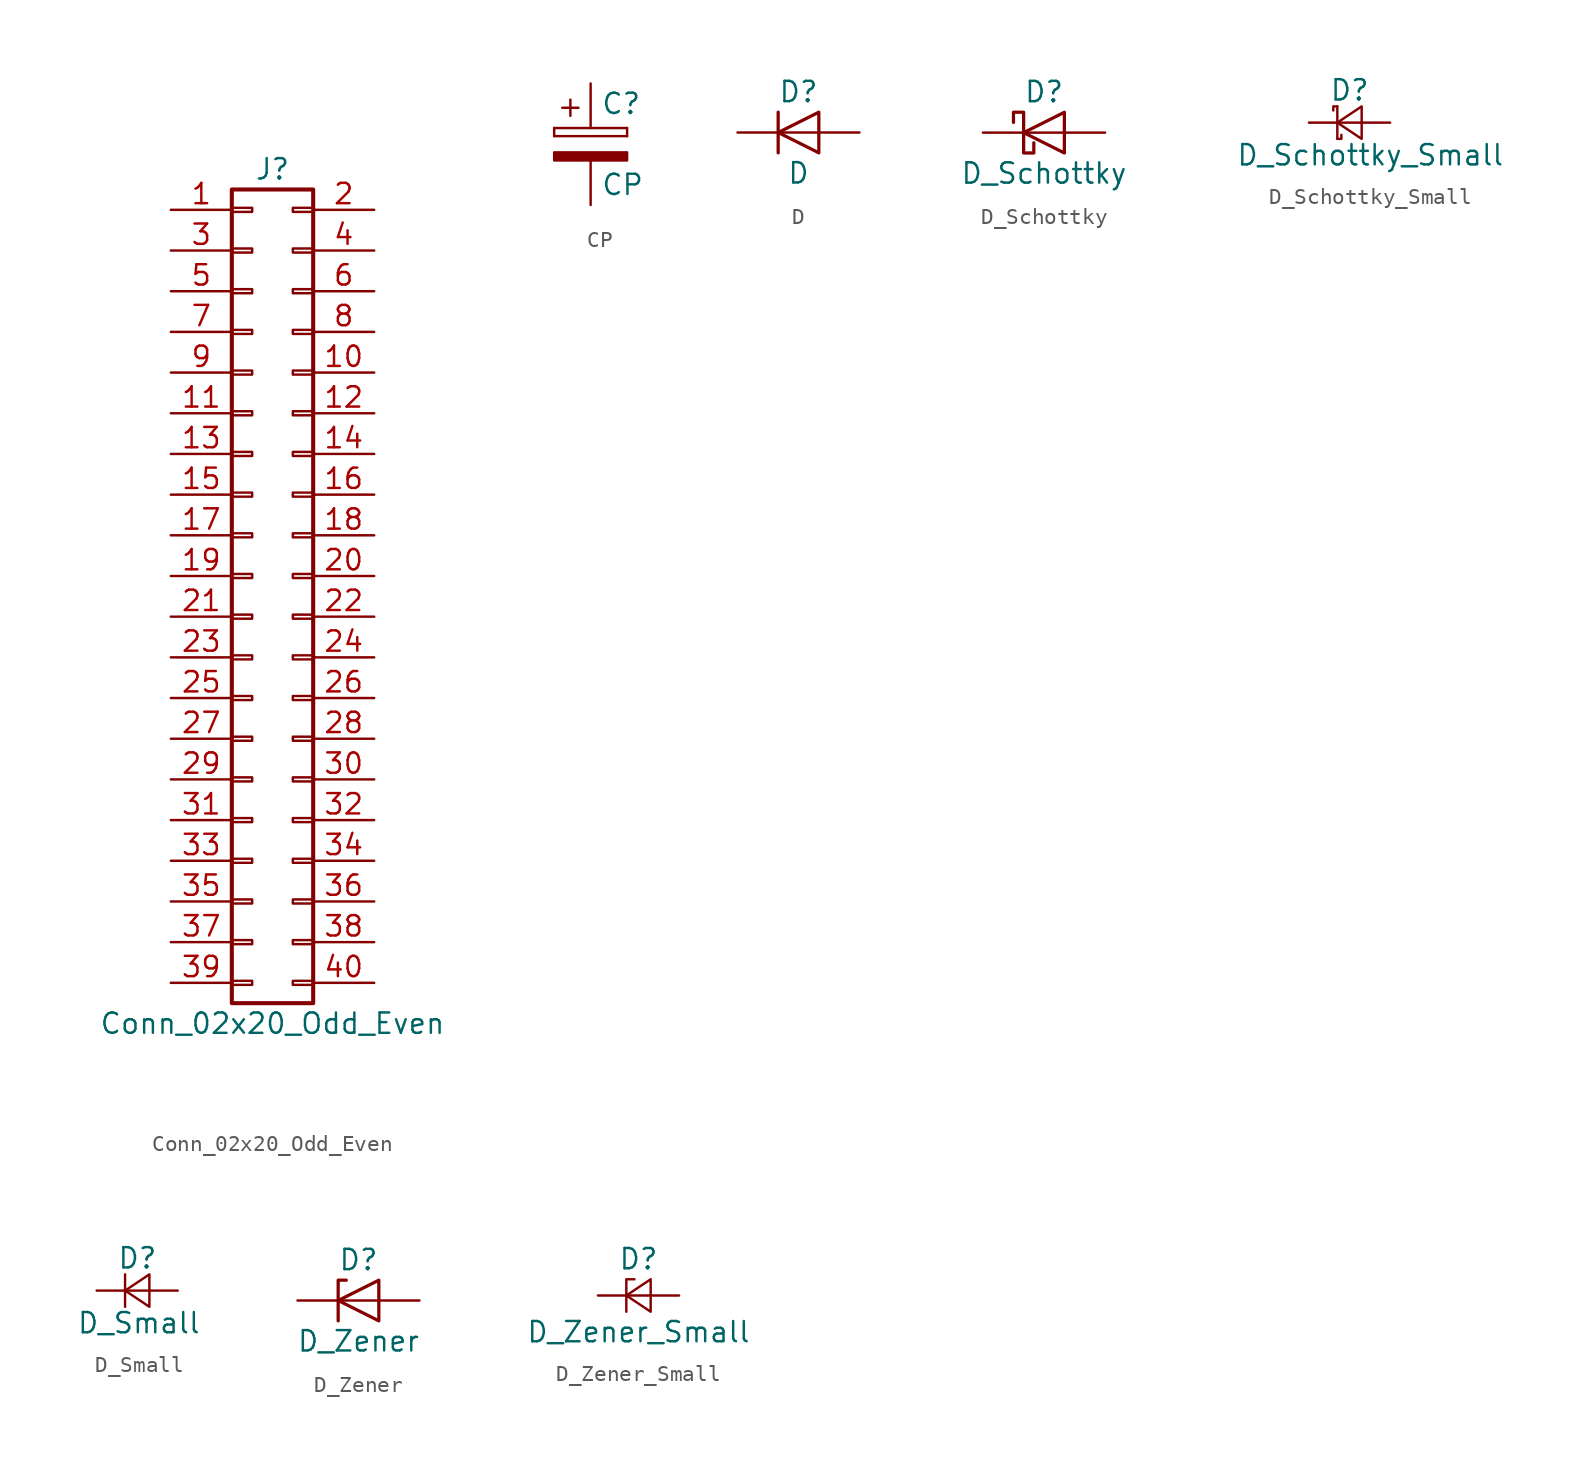
<source format=kicad_sym>
(kicad_symbol_lib
  (version 20241209)
  (generator "kicad_symbol_editor")
  (generator_version "9.0")
  (symbol "Conn_02x20_Odd_Even"
    (pin_names
      (offset 1.016)
      (hide yes))
    (property "Reference" "J"
      (at 1.27 25.4 0)
      (effects (font (size 1.27 1.27))))
    (property "Value" "Conn_02x20_Odd_Even"
      (at 1.27 -27.94 0)
      (effects (font (size 1.27 1.27))))
    (symbol "Conn_02x20_Odd_Even_1_1"
      (rectangle (start -1.27 24.13) (end 3.81 -26.67) (stroke (width 0.254) (type solid)) (fill (type none)))
      (rectangle (start -1.27 22.987) (end 0 22.733) (stroke (width 0.152) (type default)) (fill (type none)))
      (rectangle (start -1.27 20.447) (end 0 20.193) (stroke (width 0.152) (type default)) (fill (type none)))
      (rectangle (start -1.27 17.907) (end 0 17.653) (stroke (width 0.152) (type default)) (fill (type none)))
      (rectangle (start -1.27 15.367) (end 0 15.113) (stroke (width 0.152) (type default)) (fill (type none)))
      (rectangle (start -1.27 12.827) (end 0 12.573) (stroke (width 0.152) (type default)) (fill (type none)))
      (rectangle (start -1.27 10.287) (end 0 10.033) (stroke (width 0.152) (type default)) (fill (type none)))
      (rectangle (start -1.27 7.747) (end 0 7.493) (stroke (width 0.152) (type default)) (fill (type none)))
      (rectangle (start -1.27 5.207) (end 0 4.953) (stroke (width 0.152) (type default)) (fill (type none)))
      (rectangle (start -1.27 2.667) (end 0 2.413) (stroke (width 0.152) (type default)) (fill (type none)))
      (rectangle (start -1.27 0.127) (end 0 -0.127) (stroke (width 0.152) (type default)) (fill (type none)))
      (rectangle (start -1.27 -2.413) (end 0 -2.667) (stroke (width 0.152) (type default)) (fill (type none)))
      (rectangle (start -1.27 -4.953) (end 0 -5.207) (stroke (width 0.152) (type default)) (fill (type none)))
      (rectangle (start -1.27 -7.493) (end 0 -7.747) (stroke (width 0.152) (type default)) (fill (type none)))
      (rectangle (start -1.27 -10.033) (end 0 -10.287) (stroke (width 0.152) (type default)) (fill (type none)))
      (rectangle (start -1.27 -12.573) (end 0 -12.827) (stroke (width 0.152) (type default)) (fill (type none)))
      (rectangle (start -1.27 -15.113) (end 0 -15.367) (stroke (width 0.152) (type default)) (fill (type none)))
      (rectangle (start -1.27 -17.653) (end 0 -17.907) (stroke (width 0.152) (type default)) (fill (type none)))
      (rectangle (start -1.27 -20.193) (end 0 -20.447) (stroke (width 0.152) (type default)) (fill (type none)))
      (rectangle (start -1.27 -22.733) (end 0 -22.987) (stroke (width 0.152) (type default)) (fill (type none)))
      (rectangle (start -1.27 -25.273) (end 0 -25.527) (stroke (width 0.152) (type default)) (fill (type none)))
      (rectangle (start 3.81 22.987) (end 2.54 22.733) (stroke (width 0.152) (type default)) (fill (type none)))
      (rectangle (start 3.81 20.447) (end 2.54 20.193) (stroke (width 0.152) (type default)) (fill (type none)))
      (rectangle (start 3.81 17.907) (end 2.54 17.653) (stroke (width 0.152) (type default)) (fill (type none)))
      (rectangle (start 3.81 15.367) (end 2.54 15.113) (stroke (width 0.152) (type default)) (fill (type none)))
      (rectangle (start 3.81 12.827) (end 2.54 12.573) (stroke (width 0.152) (type default)) (fill (type none)))
      (rectangle (start 3.81 10.287) (end 2.54 10.033) (stroke (width 0.152) (type default)) (fill (type none)))
      (rectangle (start 3.81 7.747) (end 2.54 7.493) (stroke (width 0.152) (type default)) (fill (type none)))
      (rectangle (start 3.81 5.207) (end 2.54 4.953) (stroke (width 0.152) (type default)) (fill (type none)))
      (rectangle (start 3.81 2.667) (end 2.54 2.413) (stroke (width 0.152) (type default)) (fill (type none)))
      (rectangle (start 3.81 0.127) (end 2.54 -0.127) (stroke (width 0.152) (type default)) (fill (type none)))
      (rectangle (start 3.81 -2.413) (end 2.54 -2.667) (stroke (width 0.152) (type default)) (fill (type none)))
      (rectangle (start 3.81 -4.953) (end 2.54 -5.207) (stroke (width 0.152) (type default)) (fill (type none)))
      (rectangle (start 3.81 -7.493) (end 2.54 -7.747) (stroke (width 0.152) (type default)) (fill (type none)))
      (rectangle (start 3.81 -10.033) (end 2.54 -10.287) (stroke (width 0.152) (type default)) (fill (type none)))
      (rectangle (start 3.81 -12.573) (end 2.54 -12.827) (stroke (width 0.152) (type default)) (fill (type none)))
      (rectangle (start 3.81 -15.113) (end 2.54 -15.367) (stroke (width 0.152) (type default)) (fill (type none)))
      (rectangle (start 3.81 -17.653) (end 2.54 -17.907) (stroke (width 0.152) (type default)) (fill (type none)))
      (rectangle (start 3.81 -20.193) (end 2.54 -20.447) (stroke (width 0.152) (type default)) (fill (type none)))
      (rectangle (start 3.81 -22.733) (end 2.54 -22.987) (stroke (width 0.152) (type default)) (fill (type none)))
      (rectangle (start 3.81 -25.273) (end 2.54 -25.527) (stroke (width 0.152) (type default)) (fill (type none)))
      (pin passive line (at -5.08 22.86 0) (length 3.81) (name "Pin_1" (effects (font (size 1.27 1.27)))) (number "1" (effects (font (size 1.27 1.27)))))
      (pin passive line (at -5.08 20.32 0) (length 3.81) (name "Pin_3" (effects (font (size 1.27 1.27)))) (number "3" (effects (font (size 1.27 1.27)))))
      (pin passive line (at -5.08 17.78 0) (length 3.81) (name "Pin_5" (effects (font (size 1.27 1.27)))) (number "5" (effects (font (size 1.27 1.27)))))
      (pin passive line (at -5.08 15.24 0) (length 3.81) (name "Pin_7" (effects (font (size 1.27 1.27)))) (number "7" (effects (font (size 1.27 1.27)))))
      (pin passive line (at -5.08 12.7 0) (length 3.81) (name "Pin_9" (effects (font (size 1.27 1.27)))) (number "9" (effects (font (size 1.27 1.27)))))
      (pin passive line (at -5.08 10.16 0) (length 3.81) (name "Pin_11" (effects (font (size 1.27 1.27)))) (number "11" (effects (font (size 1.27 1.27)))))
      (pin passive line (at -5.08 7.62 0) (length 3.81) (name "Pin_13" (effects (font (size 1.27 1.27)))) (number "13" (effects (font (size 1.27 1.27)))))
      (pin passive line (at -5.08 5.08 0) (length 3.81) (name "Pin_15" (effects (font (size 1.27 1.27)))) (number "15" (effects (font (size 1.27 1.27)))))
      (pin passive line (at -5.08 2.54 0) (length 3.81) (name "Pin_17" (effects (font (size 1.27 1.27)))) (number "17" (effects (font (size 1.27 1.27)))))
      (pin passive line (at -5.08 0 0) (length 3.81) (name "Pin_19" (effects (font (size 1.27 1.27)))) (number "19" (effects (font (size 1.27 1.27)))))
      (pin passive line (at -5.08 -2.54 0) (length 3.81) (name "Pin_21" (effects (font (size 1.27 1.27)))) (number "21" (effects (font (size 1.27 1.27)))))
      (pin passive line (at -5.08 -5.08 0) (length 3.81) (name "Pin_23" (effects (font (size 1.27 1.27)))) (number "23" (effects (font (size 1.27 1.27)))))
      (pin passive line (at -5.08 -7.62 0) (length 3.81) (name "Pin_25" (effects (font (size 1.27 1.27)))) (number "25" (effects (font (size 1.27 1.27)))))
      (pin passive line (at -5.08 -10.16 0) (length 3.81) (name "Pin_27" (effects (font (size 1.27 1.27)))) (number "27" (effects (font (size 1.27 1.27)))))
      (pin passive line (at -5.08 -12.7 0) (length 3.81) (name "Pin_29" (effects (font (size 1.27 1.27)))) (number "29" (effects (font (size 1.27 1.27)))))
      (pin passive line (at -5.08 -15.24 0) (length 3.81) (name "Pin_31" (effects (font (size 1.27 1.27)))) (number "31" (effects (font (size 1.27 1.27)))))
      (pin passive line (at -5.08 -17.78 0) (length 3.81) (name "Pin_33" (effects (font (size 1.27 1.27)))) (number "33" (effects (font (size 1.27 1.27)))))
      (pin passive line (at -5.08 -20.32 0) (length 3.81) (name "Pin_35" (effects (font (size 1.27 1.27)))) (number "35" (effects (font (size 1.27 1.27)))))
      (pin passive line (at -5.08 -22.86 0) (length 3.81) (name "Pin_37" (effects (font (size 1.27 1.27)))) (number "37" (effects (font (size 1.27 1.27)))))
      (pin passive line (at -5.08 -25.4 0) (length 3.81) (name "Pin_39" (effects (font (size 1.27 1.27)))) (number "39" (effects (font (size 1.27 1.27)))))
      (pin passive line (at 7.62 22.86 180) (length 3.81) (name "Pin_2" (effects (font (size 1.27 1.27)))) (number "2" (effects (font (size 1.27 1.27)))))
      (pin passive line (at 7.62 20.32 180) (length 3.81) (name "Pin_4" (effects (font (size 1.27 1.27)))) (number "4" (effects (font (size 1.27 1.27)))))
      (pin passive line (at 7.62 17.78 180) (length 3.81) (name "Pin_6" (effects (font (size 1.27 1.27)))) (number "6" (effects (font (size 1.27 1.27)))))
      (pin passive line (at 7.62 15.24 180) (length 3.81) (name "Pin_8" (effects (font (size 1.27 1.27)))) (number "8" (effects (font (size 1.27 1.27)))))
      (pin passive line (at 7.62 12.7 180) (length 3.81) (name "Pin_10" (effects (font (size 1.27 1.27)))) (number "10" (effects (font (size 1.27 1.27)))))
      (pin passive line (at 7.62 10.16 180) (length 3.81) (name "Pin_12" (effects (font (size 1.27 1.27)))) (number "12" (effects (font (size 1.27 1.27)))))
      (pin passive line (at 7.62 7.62 180) (length 3.81) (name "Pin_14" (effects (font (size 1.27 1.27)))) (number "14" (effects (font (size 1.27 1.27)))))
      (pin passive line (at 7.62 5.08 180) (length 3.81) (name "Pin_16" (effects (font (size 1.27 1.27)))) (number "16" (effects (font (size 1.27 1.27)))))
      (pin passive line (at 7.62 2.54 180) (length 3.81) (name "Pin_18" (effects (font (size 1.27 1.27)))) (number "18" (effects (font (size 1.27 1.27)))))
      (pin passive line (at 7.62 0 180) (length 3.81) (name "Pin_20" (effects (font (size 1.27 1.27)))) (number "20" (effects (font (size 1.27 1.27)))))
      (pin passive line (at 7.62 -2.54 180) (length 3.81) (name "Pin_22" (effects (font (size 1.27 1.27)))) (number "22" (effects (font (size 1.27 1.27)))))
      (pin passive line (at 7.62 -5.08 180) (length 3.81) (name "Pin_24" (effects (font (size 1.27 1.27)))) (number "24" (effects (font (size 1.27 1.27)))))
      (pin passive line (at 7.62 -7.62 180) (length 3.81) (name "Pin_26" (effects (font (size 1.27 1.27)))) (number "26" (effects (font (size 1.27 1.27)))))
      (pin passive line (at 7.62 -10.16 180) (length 3.81) (name "Pin_28" (effects (font (size 1.27 1.27)))) (number "28" (effects (font (size 1.27 1.27)))))
      (pin passive line (at 7.62 -12.7 180) (length 3.81) (name "Pin_30" (effects (font (size 1.27 1.27)))) (number "30" (effects (font (size 1.27 1.27)))))
      (pin passive line (at 7.62 -15.24 180) (length 3.81) (name "Pin_32" (effects (font (size 1.27 1.27)))) (number "32" (effects (font (size 1.27 1.27)))))
      (pin passive line (at 7.62 -17.78 180) (length 3.81) (name "Pin_34" (effects (font (size 1.27 1.27)))) (number "34" (effects (font (size 1.27 1.27)))))
      (pin passive line (at 7.62 -20.32 180) (length 3.81) (name "Pin_36" (effects (font (size 1.27 1.27)))) (number "36" (effects (font (size 1.27 1.27)))))
      (pin passive line (at 7.62 -22.86 180) (length 3.81) (name "Pin_38" (effects (font (size 1.27 1.27)))) (number "38" (effects (font (size 1.27 1.27)))))
      (pin passive line (at 7.62 -25.4 180) (length 3.81) (name "Pin_40" (effects (font (size 1.27 1.27)))) (number "40" (effects (font (size 1.27 1.27)))))))
  (symbol "CP"
    (pin_numbers
      (hide yes))
    (pin_names
      (offset 0.254))
    (property "Reference" "C"
      (at 0.635 2.54 0)
      (effects (font (size 1.27 1.27)) (justify left)))
    (property "Value" "CP"
      (at 0.635 -2.54 0)
      (effects (font (size 1.27 1.27)) (justify left)))
    (symbol "CP_0_1"
      (rectangle (start -2.286 0.508) (end -2.286 1.016) (stroke (width 0) (type solid)) (fill (type none)))
      (rectangle (start -2.286 0.508) (end 2.286 0.508) (stroke (width 0) (type solid)) (fill (type none)))
      (polyline (pts (xy -1.778 2.286) (xy -0.762 2.286)) (stroke (width 0) (type solid)) (fill (type none)))
      (polyline (pts (xy -1.27 2.794) (xy -1.27 1.778)) (stroke (width 0) (type solid)) (fill (type none)))
      (rectangle (start 2.286 1.016) (end -2.286 1.016) (stroke (width 0) (type solid)) (fill (type none)))
      (rectangle (start 2.286 1.016) (end 2.286 0.508) (stroke (width 0) (type solid)) (fill (type none)))
      (rectangle (start 2.286 -0.508) (end -2.286 -1.016) (stroke (width 0) (type solid)) (fill (type outline))))
    (symbol "CP_1_1"
      (pin passive line (at 0 3.81 270) (length 2.794) (name "~" (effects (font (size 1.27 1.27)))) (number "1" (effects (font (size 1.27 1.27)))))
      (pin passive line (at 0 -3.81 90) (length 2.794) (name "~" (effects (font (size 1.27 1.27)))) (number "2" (effects (font (size 1.27 1.27)))))))
  (symbol "D"
    (pin_numbers
      (hide yes))
    (pin_names
      (offset 1.016)
      (hide yes))
    (property "Reference" "D"
      (at 0 2.54 0)
      (effects (font (size 1.27 1.27))))
    (property "Value" "D"
      (at 0 -2.54 0)
      (effects (font (size 1.27 1.27))))
    (symbol "D_0_1"
      (polyline (pts (xy -1.27 1.27) (xy -1.27 -1.27)) (stroke (width 0.203) (type solid)) (fill (type none)))
      (polyline (pts (xy 1.27 1.27) (xy 1.27 -1.27) (xy -1.27 0) (xy 1.27 1.27)) (stroke (width 0.203) (type solid)) (fill (type none)))
      (polyline (pts (xy 1.27 0) (xy -1.27 0)) (stroke (width 0) (type solid)) (fill (type none))))
    (symbol "D_1_1"
      (pin passive line (at -3.81 0 0) (length 2.54) (name "K" (effects (font (size 1.27 1.27)))) (number "1" (effects (font (size 1.27 1.27)))))
      (pin passive line (at 3.81 0 180) (length 2.54) (name "A" (effects (font (size 1.27 1.27)))) (number "2" (effects (font (size 1.27 1.27)))))))
  (symbol "D_Schottky"
    (pin_numbers
      (hide yes))
    (pin_names
      (offset 1.016)
      (hide yes))
    (property "Reference" "D"
      (at 0 2.54 0)
      (effects (font (size 1.27 1.27))))
    (property "Value" "D_Schottky"
      (at 0 -2.54 0)
      (effects (font (size 1.27 1.27))))
    (symbol "D_Schottky_0_1"
      (polyline (pts (xy -1.905 0.635) (xy -1.905 1.27) (xy -1.27 1.27) (xy -1.27 -1.27) (xy -0.635 -1.27) (xy -0.635 -0.635)) (stroke (width 0.203) (type solid)) (fill (type none)))
      (polyline (pts (xy 1.27 1.27) (xy 1.27 -1.27) (xy -1.27 0) (xy 1.27 1.27)) (stroke (width 0.203) (type solid)) (fill (type none)))
      (polyline (pts (xy 1.27 0) (xy -1.27 0)) (stroke (width 0) (type solid)) (fill (type none))))
    (symbol "D_Schottky_1_1"
      (pin passive line (at -3.81 0 0) (length 2.54) (name "K" (effects (font (size 1.27 1.27)))) (number "1" (effects (font (size 1.27 1.27)))))
      (pin passive line (at 3.81 0 180) (length 2.54) (name "A" (effects (font (size 1.27 1.27)))) (number "2" (effects (font (size 1.27 1.27)))))))
  (symbol "D_Schottky_Small"
    (pin_numbers
      (hide yes))
    (pin_names
      (offset 0.254)
      (hide yes))
    (property "Reference" "D"
      (at -1.27 2.032 0)
      (effects (font (size 1.27 1.27)) (justify left)))
    (property "Value" "D_Schottky_Small"
      (at -7.112 -2.032 0)
      (effects (font (size 1.27 1.27)) (justify left)))
    (symbol "D_Schottky_Small_0_1"
      (polyline (pts (xy -0.762 1.016) (xy -1.016 1.016) (xy -1.016 0.762)) (stroke (width 0) (type solid)) (fill (type none)))
      (polyline (pts (xy -0.762 0) (xy 0.762 0)) (stroke (width 0) (type solid)) (fill (type none)))
      (polyline (pts (xy -0.762 -1.016) (xy -0.762 1.016)) (stroke (width 0) (type solid)) (fill (type none)))
      (polyline (pts (xy -0.762 -1.016) (xy -0.508 -1.016) (xy -0.508 -0.762)) (stroke (width 0) (type solid)) (fill (type none)))
      (polyline (pts (xy 0.762 -1.016) (xy -0.762 0) (xy 0.762 1.016) (xy 0.762 -1.016)) (stroke (width 0) (type solid)) (fill (type none))))
    (symbol "D_Schottky_Small_1_1"
      (pin passive line (at -2.54 0 0) (length 1.778) (name "K" (effects (font (size 1.27 1.27)))) (number "1" (effects (font (size 1.27 1.27)))))
      (pin passive line (at 2.54 0 180) (length 1.778) (name "A" (effects (font (size 1.27 1.27)))) (number "2" (effects (font (size 1.27 1.27)))))))
  (symbol "D_Small"
    (pin_numbers
      (hide yes))
    (pin_names
      (offset 0.254)
      (hide yes))
    (property "Reference" "D"
      (at -1.27 2.032 0)
      (effects (font (size 1.27 1.27)) (justify left)))
    (property "Value" "D_Small"
      (at -3.81 -2.032 0)
      (effects (font (size 1.27 1.27)) (justify left)))
    (symbol "D_Small_0_1"
      (polyline (pts (xy -0.762 0) (xy 0.762 0)) (stroke (width 0) (type solid)) (fill (type none)))
      (polyline (pts (xy -0.762 -1.016) (xy -0.762 1.016)) (stroke (width 0) (type solid)) (fill (type none)))
      (polyline (pts (xy 0.762 -1.016) (xy -0.762 0) (xy 0.762 1.016) (xy 0.762 -1.016)) (stroke (width 0) (type solid)) (fill (type none))))
    (symbol "D_Small_1_1"
      (pin passive line (at -2.54 0 0) (length 1.778) (name "K" (effects (font (size 1.27 1.27)))) (number "1" (effects (font (size 1.27 1.27)))))
      (pin passive line (at 2.54 0 180) (length 1.778) (name "A" (effects (font (size 1.27 1.27)))) (number "2" (effects (font (size 1.27 1.27)))))))
  (symbol "D_Zener"
    (pin_numbers
      (hide yes))
    (pin_names
      (offset 1.016)
      (hide yes))
    (property "Reference" "D"
      (at 0 2.54 0)
      (effects (font (size 1.27 1.27))))
    (property "Value" "D_Zener"
      (at 0 -2.54 0)
      (effects (font (size 1.27 1.27))))
    (symbol "D_Zener_0_1"
      (polyline (pts (xy -1.27 -1.27) (xy -1.27 1.27) (xy -0.762 1.27)) (stroke (width 0.203) (type solid)) (fill (type none)))
      (polyline (pts (xy 1.27 0) (xy -1.27 0)) (stroke (width 0) (type solid)) (fill (type none)))
      (polyline (pts (xy 1.27 -1.27) (xy 1.27 1.27) (xy -1.27 0) (xy 1.27 -1.27)) (stroke (width 0.203) (type solid)) (fill (type none))))
    (symbol "D_Zener_1_1"
      (pin passive line (at -3.81 0 0) (length 2.54) (name "K" (effects (font (size 1.27 1.27)))) (number "1" (effects (font (size 1.27 1.27)))))
      (pin passive line (at 3.81 0 180) (length 2.54) (name "A" (effects (font (size 1.27 1.27)))) (number "2" (effects (font (size 1.27 1.27)))))))
  (symbol "D_Zener_Small"
    (pin_numbers
      (hide yes))
    (pin_names
      (offset 0.254)
      (hide yes))
    (property "Reference" "D"
      (at 0 2.286 0)
      (effects (font (size 1.27 1.27))))
    (property "Value" "D_Zener_Small"
      (at 0 -2.286 0)
      (effects (font (size 1.27 1.27))))
    (symbol "D_Zener_Small_0_1"
      (polyline (pts (xy -0.254 1.016) (xy -0.762 1.016) (xy -0.762 -1.016)) (stroke (width 0) (type solid)) (fill (type none)))
      (polyline (pts (xy 0.762 1.016) (xy -0.762 0) (xy 0.762 -1.016) (xy 0.762 1.016)) (stroke (width 0) (type solid)) (fill (type none)))
      (polyline (pts (xy 0.762 0) (xy -0.762 0)) (stroke (width 0) (type solid)) (fill (type none))))
    (symbol "D_Zener_Small_1_1"
      (pin passive line (at -2.54 0 0) (length 1.778) (name "K" (effects (font (size 1.27 1.27)))) (number "1" (effects (font (size 1.27 1.27)))))
      (pin passive line (at 2.54 0 180) (length 1.778) (name "A" (effects (font (size 1.27 1.27)))) (number "2" (effects (font (size 1.27 1.27))))))))
</source>
